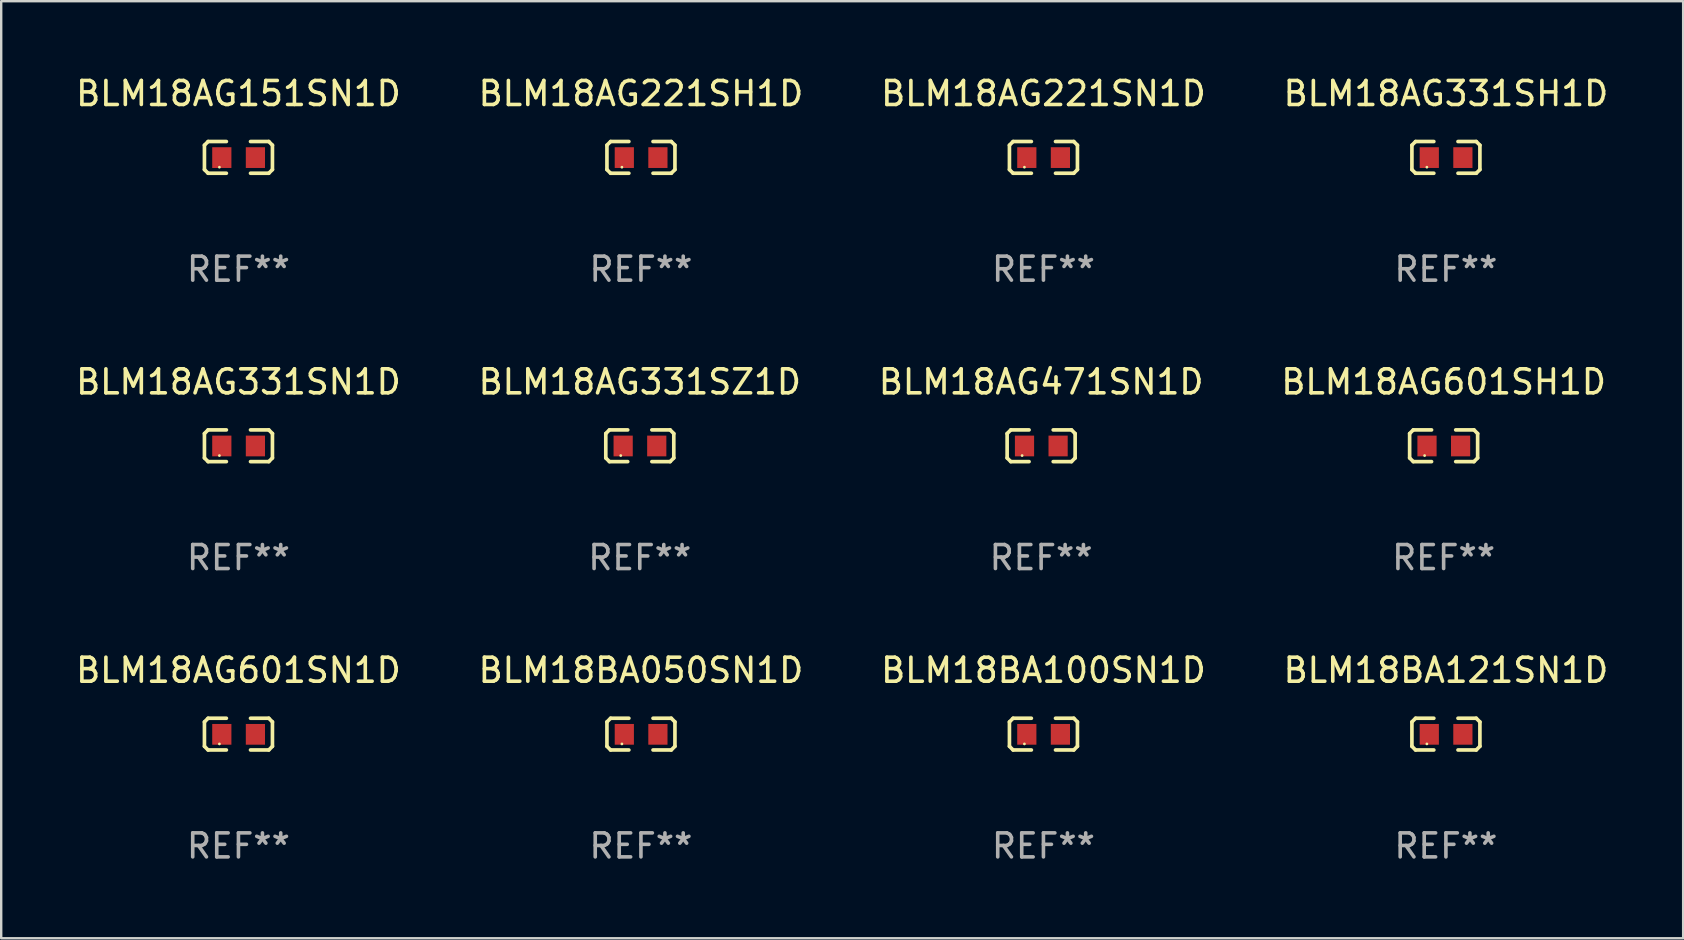
<source format=kicad_pcb>
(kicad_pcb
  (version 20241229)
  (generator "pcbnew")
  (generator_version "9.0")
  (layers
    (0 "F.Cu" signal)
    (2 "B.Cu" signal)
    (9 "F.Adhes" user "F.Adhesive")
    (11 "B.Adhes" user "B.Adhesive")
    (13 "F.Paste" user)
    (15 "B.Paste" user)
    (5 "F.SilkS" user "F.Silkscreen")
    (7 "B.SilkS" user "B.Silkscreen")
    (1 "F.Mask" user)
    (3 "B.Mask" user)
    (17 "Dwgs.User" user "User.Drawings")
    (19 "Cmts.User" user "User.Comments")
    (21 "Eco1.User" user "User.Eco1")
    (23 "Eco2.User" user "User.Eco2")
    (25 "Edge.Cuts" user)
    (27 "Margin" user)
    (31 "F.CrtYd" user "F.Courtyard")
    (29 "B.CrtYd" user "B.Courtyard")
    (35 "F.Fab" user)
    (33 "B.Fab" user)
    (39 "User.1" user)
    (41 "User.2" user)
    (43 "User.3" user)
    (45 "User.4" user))
  (footprint "BLM18AG151SN1D"
    (layer "F.Cu")
    (at 6.887 3.509)
    (property "Reference" "BLM18AG151SN1D" (at 0 -2.661 0) (layer "F.SilkS") (effects (font (size 1 1) (thickness 0.15))))
    (attr through_hole)
    (fp_line (start -1.417 -0.508) (end -1.265 -0.661) (stroke (width 0.152) (type solid)) (layer "F.SilkS"))
    (fp_line (start -1.417 0.508) (end -1.417 -0.508) (stroke (width 0.152) (type solid)) (layer "F.SilkS"))
    (fp_line (start -1.265 -0.661) (end -0.503 -0.661) (stroke (width 0.152) (type solid)) (layer "F.SilkS"))
    (fp_line (start -1.265 0.661) (end -1.417 0.508) (stroke (width 0.152) (type solid)) (layer "F.SilkS"))
    (fp_line (start -1.265 0.661) (end -0.503 0.661) (stroke (width 0.152) (type solid)) (layer "F.SilkS"))
    (fp_line (start 1.265 -0.661) (end 0.503 -0.661) (stroke (width 0.152) (type solid)) (layer "F.SilkS"))
    (fp_line (start 1.265 -0.661) (end 1.417 -0.508) (stroke (width 0.152) (type solid)) (layer "F.SilkS"))
    (fp_line (start 1.265 0.661) (end 0.503 0.661) (stroke (width 0.152) (type solid)) (layer "F.SilkS"))
    (fp_line (start 1.417 -0.508) (end 1.417 0.508) (stroke (width 0.152) (type solid)) (layer "F.SilkS"))
    (fp_line (start 1.417 0.508) (end 1.265 0.661) (stroke (width 0.152) (type solid)) (layer "F.SilkS"))
    (fp_circle (center -0.793 0.409) (end -0.763 0.409) (stroke (width 0.06) (type solid)) (fill no) (layer "F.SilkS"))
    (fp_text user "REF**" (at 0 4.661 0) (layer "F.Fab") (effects (font (size 1 1) (thickness 0.15))))
    (pad "1" smd rect (at -0.693 0.009 180) (size 0.8 0.864) (layers "F.Cu" "F.Mask" "F.Paste"))
    (pad "2" smd rect (at 0.707 0.009 180) (size 0.8 0.864) (layers "F.Cu" "F.Mask" "F.Paste")))
  (footprint "BLM18AG471SN1D"
    (layer "F.Cu")
    (at 40.339 15.527)
    (property "Reference" "BLM18AG471SN1D" (at 0 -2.661 0) (layer "F.SilkS") (effects (font (size 1 1) (thickness 0.15))))
    (attr through_hole)
    (fp_line (start -1.417 -0.508) (end -1.265 -0.661) (stroke (width 0.152) (type solid)) (layer "F.SilkS"))
    (fp_line (start -1.417 0.508) (end -1.417 -0.508) (stroke (width 0.152) (type solid)) (layer "F.SilkS"))
    (fp_line (start -1.265 -0.661) (end -0.503 -0.661) (stroke (width 0.152) (type solid)) (layer "F.SilkS"))
    (fp_line (start -1.265 0.661) (end -1.417 0.508) (stroke (width 0.152) (type solid)) (layer "F.SilkS"))
    (fp_line (start -1.265 0.661) (end -0.503 0.661) (stroke (width 0.152) (type solid)) (layer "F.SilkS"))
    (fp_line (start 1.265 -0.661) (end 0.503 -0.661) (stroke (width 0.152) (type solid)) (layer "F.SilkS"))
    (fp_line (start 1.265 -0.661) (end 1.417 -0.508) (stroke (width 0.152) (type solid)) (layer "F.SilkS"))
    (fp_line (start 1.265 0.661) (end 0.503 0.661) (stroke (width 0.152) (type solid)) (layer "F.SilkS"))
    (fp_line (start 1.417 -0.508) (end 1.417 0.508) (stroke (width 0.152) (type solid)) (layer "F.SilkS"))
    (fp_line (start 1.417 0.508) (end 1.265 0.661) (stroke (width 0.152) (type solid)) (layer "F.SilkS"))
    (fp_circle (center -0.793 0.409) (end -0.763 0.409) (stroke (width 0.06) (type solid)) (fill no) (layer "F.SilkS"))
    (fp_text user "REF**" (at 0 4.661 0) (layer "F.Fab") (effects (font (size 1 1) (thickness 0.15))))
    (pad "1" smd rect (at -0.693 0.009 180) (size 0.8 0.864) (layers "F.Cu" "F.Mask" "F.Paste"))
    (pad "2" smd rect (at 0.707 0.009 180) (size 0.8 0.864) (layers "F.Cu" "F.Mask" "F.Paste")))
  (footprint "BLM18AG331SH1D"
    (layer "F.Cu")
    (at 57.208 3.509)
    (property "Reference" "BLM18AG331SH1D" (at 0 -2.661 0) (layer "F.SilkS") (effects (font (size 1 1) (thickness 0.15))))
    (attr through_hole)
    (fp_line (start -1.417 -0.508) (end -1.265 -0.661) (stroke (width 0.152) (type solid)) (layer "F.SilkS"))
    (fp_line (start -1.417 0.508) (end -1.417 -0.508) (stroke (width 0.152) (type solid)) (layer "F.SilkS"))
    (fp_line (start -1.265 -0.661) (end -0.503 -0.661) (stroke (width 0.152) (type solid)) (layer "F.SilkS"))
    (fp_line (start -1.265 0.661) (end -1.417 0.508) (stroke (width 0.152) (type solid)) (layer "F.SilkS"))
    (fp_line (start -1.265 0.661) (end -0.503 0.661) (stroke (width 0.152) (type solid)) (layer "F.SilkS"))
    (fp_line (start 1.265 -0.661) (end 0.503 -0.661) (stroke (width 0.152) (type solid)) (layer "F.SilkS"))
    (fp_line (start 1.265 -0.661) (end 1.417 -0.508) (stroke (width 0.152) (type solid)) (layer "F.SilkS"))
    (fp_line (start 1.265 0.661) (end 0.503 0.661) (stroke (width 0.152) (type solid)) (layer "F.SilkS"))
    (fp_line (start 1.417 -0.508) (end 1.417 0.508) (stroke (width 0.152) (type solid)) (layer "F.SilkS"))
    (fp_line (start 1.417 0.508) (end 1.265 0.661) (stroke (width 0.152) (type solid)) (layer "F.SilkS"))
    (fp_circle (center -0.793 0.409) (end -0.763 0.409) (stroke (width 0.06) (type solid)) (fill no) (layer "F.SilkS"))
    (fp_text user "REF**" (at 0 4.661 0) (layer "F.Fab") (effects (font (size 1 1) (thickness 0.15))))
    (pad "1" smd rect (at -0.693 0.009 180) (size 0.8 0.864) (layers "F.Cu" "F.Mask" "F.Paste"))
    (pad "2" smd rect (at 0.707 0.009 180) (size 0.8 0.864) (layers "F.Cu" "F.Mask" "F.Paste")))
  (footprint "BLM18AG331SN1D"
    (layer "F.Cu")
    (at 6.887 15.527)
    (property "Reference" "BLM18AG331SN1D" (at 0 -2.661 0) (layer "F.SilkS") (effects (font (size 1 1) (thickness 0.15))))
    (attr through_hole)
    (fp_line (start -1.417 -0.508) (end -1.265 -0.661) (stroke (width 0.152) (type solid)) (layer "F.SilkS"))
    (fp_line (start -1.417 0.508) (end -1.417 -0.508) (stroke (width 0.152) (type solid)) (layer "F.SilkS"))
    (fp_line (start -1.265 -0.661) (end -0.503 -0.661) (stroke (width 0.152) (type solid)) (layer "F.SilkS"))
    (fp_line (start -1.265 0.661) (end -1.417 0.508) (stroke (width 0.152) (type solid)) (layer "F.SilkS"))
    (fp_line (start -1.265 0.661) (end -0.503 0.661) (stroke (width 0.152) (type solid)) (layer "F.SilkS"))
    (fp_line (start 1.265 -0.661) (end 0.503 -0.661) (stroke (width 0.152) (type solid)) (layer "F.SilkS"))
    (fp_line (start 1.265 -0.661) (end 1.417 -0.508) (stroke (width 0.152) (type solid)) (layer "F.SilkS"))
    (fp_line (start 1.265 0.661) (end 0.503 0.661) (stroke (width 0.152) (type solid)) (layer "F.SilkS"))
    (fp_line (start 1.417 -0.508) (end 1.417 0.508) (stroke (width 0.152) (type solid)) (layer "F.SilkS"))
    (fp_line (start 1.417 0.508) (end 1.265 0.661) (stroke (width 0.152) (type solid)) (layer "F.SilkS"))
    (fp_circle (center -0.793 0.409) (end -0.763 0.409) (stroke (width 0.06) (type solid)) (fill no) (layer "F.SilkS"))
    (fp_text user "REF**" (at 0 4.661 0) (layer "F.Fab") (effects (font (size 1 1) (thickness 0.15))))
    (pad "1" smd rect (at -0.693 0.009 180) (size 0.8 0.864) (layers "F.Cu" "F.Mask" "F.Paste"))
    (pad "2" smd rect (at 0.707 0.009 180) (size 0.8 0.864) (layers "F.Cu" "F.Mask" "F.Paste")))
  (footprint "BLM18AG331SZ1D"
    (layer "F.Cu")
    (at 23.613 15.527)
    (property "Reference" "BLM18AG331SZ1D" (at 0 -2.661 0) (layer "F.SilkS") (effects (font (size 1 1) (thickness 0.15))))
    (attr through_hole)
    (fp_line (start -1.417 -0.508) (end -1.265 -0.661) (stroke (width 0.152) (type solid)) (layer "F.SilkS"))
    (fp_line (start -1.417 0.508) (end -1.417 -0.508) (stroke (width 0.152) (type solid)) (layer "F.SilkS"))
    (fp_line (start -1.265 -0.661) (end -0.503 -0.661) (stroke (width 0.152) (type solid)) (layer "F.SilkS"))
    (fp_line (start -1.265 0.661) (end -1.417 0.508) (stroke (width 0.152) (type solid)) (layer "F.SilkS"))
    (fp_line (start -1.265 0.661) (end -0.503 0.661) (stroke (width 0.152) (type solid)) (layer "F.SilkS"))
    (fp_line (start 1.265 -0.661) (end 0.503 -0.661) (stroke (width 0.152) (type solid)) (layer "F.SilkS"))
    (fp_line (start 1.265 -0.661) (end 1.417 -0.508) (stroke (width 0.152) (type solid)) (layer "F.SilkS"))
    (fp_line (start 1.265 0.661) (end 0.503 0.661) (stroke (width 0.152) (type solid)) (layer "F.SilkS"))
    (fp_line (start 1.417 -0.508) (end 1.417 0.508) (stroke (width 0.152) (type solid)) (layer "F.SilkS"))
    (fp_line (start 1.417 0.508) (end 1.265 0.661) (stroke (width 0.152) (type solid)) (layer "F.SilkS"))
    (fp_circle (center -0.793 0.409) (end -0.763 0.409) (stroke (width 0.06) (type solid)) (fill no) (layer "F.SilkS"))
    (fp_text user "REF**" (at 0 4.661 0) (layer "F.Fab") (effects (font (size 1 1) (thickness 0.15))))
    (pad "1" smd rect (at -0.693 0.009 180) (size 0.8 0.864) (layers "F.Cu" "F.Mask" "F.Paste"))
    (pad "2" smd rect (at 0.707 0.009 180) (size 0.8 0.864) (layers "F.Cu" "F.Mask" "F.Paste")))
  (footprint "BLM18BA050SN1D"
    (layer "F.Cu")
    (at 23.661 27.544)
    (property "Reference" "BLM18BA050SN1D" (at 0 -2.661 0) (layer "F.SilkS") (effects (font (size 1 1) (thickness 0.15))))
    (attr through_hole)
    (fp_line (start -1.417 -0.508) (end -1.265 -0.661) (stroke (width 0.152) (type solid)) (layer "F.SilkS"))
    (fp_line (start -1.417 0.508) (end -1.417 -0.508) (stroke (width 0.152) (type solid)) (layer "F.SilkS"))
    (fp_line (start -1.265 -0.661) (end -0.503 -0.661) (stroke (width 0.152) (type solid)) (layer "F.SilkS"))
    (fp_line (start -1.265 0.661) (end -1.417 0.508) (stroke (width 0.152) (type solid)) (layer "F.SilkS"))
    (fp_line (start -1.265 0.661) (end -0.503 0.661) (stroke (width 0.152) (type solid)) (layer "F.SilkS"))
    (fp_line (start 1.265 -0.661) (end 0.503 -0.661) (stroke (width 0.152) (type solid)) (layer "F.SilkS"))
    (fp_line (start 1.265 -0.661) (end 1.417 -0.508) (stroke (width 0.152) (type solid)) (layer "F.SilkS"))
    (fp_line (start 1.265 0.661) (end 0.503 0.661) (stroke (width 0.152) (type solid)) (layer "F.SilkS"))
    (fp_line (start 1.417 -0.508) (end 1.417 0.508) (stroke (width 0.152) (type solid)) (layer "F.SilkS"))
    (fp_line (start 1.417 0.508) (end 1.265 0.661) (stroke (width 0.152) (type solid)) (layer "F.SilkS"))
    (fp_circle (center -0.793 0.409) (end -0.763 0.409) (stroke (width 0.06) (type solid)) (fill no) (layer "F.SilkS"))
    (fp_text user "REF**" (at 0 4.661 0) (layer "F.Fab") (effects (font (size 1 1) (thickness 0.15))))
    (pad "1" smd rect (at -0.693 0.009 180) (size 0.8 0.864) (layers "F.Cu" "F.Mask" "F.Paste"))
    (pad "2" smd rect (at 0.707 0.009 180) (size 0.8 0.864) (layers "F.Cu" "F.Mask" "F.Paste")))
  (footprint "BLM18BA100SN1D"
    (layer "F.Cu")
    (at 40.435 27.544)
    (property "Reference" "BLM18BA100SN1D" (at 0 -2.661 0) (layer "F.SilkS") (effects (font (size 1 1) (thickness 0.15))))
    (attr through_hole)
    (fp_line (start -1.417 -0.508) (end -1.265 -0.661) (stroke (width 0.152) (type solid)) (layer "F.SilkS"))
    (fp_line (start -1.417 0.508) (end -1.417 -0.508) (stroke (width 0.152) (type solid)) (layer "F.SilkS"))
    (fp_line (start -1.265 -0.661) (end -0.503 -0.661) (stroke (width 0.152) (type solid)) (layer "F.SilkS"))
    (fp_line (start -1.265 0.661) (end -1.417 0.508) (stroke (width 0.152) (type solid)) (layer "F.SilkS"))
    (fp_line (start -1.265 0.661) (end -0.503 0.661) (stroke (width 0.152) (type solid)) (layer "F.SilkS"))
    (fp_line (start 1.265 -0.661) (end 0.503 -0.661) (stroke (width 0.152) (type solid)) (layer "F.SilkS"))
    (fp_line (start 1.265 -0.661) (end 1.417 -0.508) (stroke (width 0.152) (type solid)) (layer "F.SilkS"))
    (fp_line (start 1.265 0.661) (end 0.503 0.661) (stroke (width 0.152) (type solid)) (layer "F.SilkS"))
    (fp_line (start 1.417 -0.508) (end 1.417 0.508) (stroke (width 0.152) (type solid)) (layer "F.SilkS"))
    (fp_line (start 1.417 0.508) (end 1.265 0.661) (stroke (width 0.152) (type solid)) (layer "F.SilkS"))
    (fp_circle (center -0.793 0.409) (end -0.763 0.409) (stroke (width 0.06) (type solid)) (fill no) (layer "F.SilkS"))
    (fp_text user "REF**" (at 0 4.661 0) (layer "F.Fab") (effects (font (size 1 1) (thickness 0.15))))
    (pad "1" smd rect (at -0.693 0.009 180) (size 0.8 0.864) (layers "F.Cu" "F.Mask" "F.Paste"))
    (pad "2" smd rect (at 0.707 0.009 180) (size 0.8 0.864) (layers "F.Cu" "F.Mask" "F.Paste")))
  (footprint "BLM18AG221SH1D"
    (layer "F.Cu")
    (at 23.661 3.509)
    (property "Reference" "BLM18AG221SH1D" (at 0 -2.661 0) (layer "F.SilkS") (effects (font (size 1 1) (thickness 0.15))))
    (attr through_hole)
    (fp_line (start -1.417 -0.508) (end -1.265 -0.661) (stroke (width 0.152) (type solid)) (layer "F.SilkS"))
    (fp_line (start -1.417 0.508) (end -1.417 -0.508) (stroke (width 0.152) (type solid)) (layer "F.SilkS"))
    (fp_line (start -1.265 -0.661) (end -0.503 -0.661) (stroke (width 0.152) (type solid)) (layer "F.SilkS"))
    (fp_line (start -1.265 0.661) (end -1.417 0.508) (stroke (width 0.152) (type solid)) (layer "F.SilkS"))
    (fp_line (start -1.265 0.661) (end -0.503 0.661) (stroke (width 0.152) (type solid)) (layer "F.SilkS"))
    (fp_line (start 1.265 -0.661) (end 0.503 -0.661) (stroke (width 0.152) (type solid)) (layer "F.SilkS"))
    (fp_line (start 1.265 -0.661) (end 1.417 -0.508) (stroke (width 0.152) (type solid)) (layer "F.SilkS"))
    (fp_line (start 1.265 0.661) (end 0.503 0.661) (stroke (width 0.152) (type solid)) (layer "F.SilkS"))
    (fp_line (start 1.417 -0.508) (end 1.417 0.508) (stroke (width 0.152) (type solid)) (layer "F.SilkS"))
    (fp_line (start 1.417 0.508) (end 1.265 0.661) (stroke (width 0.152) (type solid)) (layer "F.SilkS"))
    (fp_circle (center -0.793 0.409) (end -0.763 0.409) (stroke (width 0.06) (type solid)) (fill no) (layer "F.SilkS"))
    (fp_text user "REF**" (at 0 4.661 0) (layer "F.Fab") (effects (font (size 1 1) (thickness 0.15))))
    (pad "1" smd rect (at -0.693 0.009 180) (size 0.8 0.864) (layers "F.Cu" "F.Mask" "F.Paste"))
    (pad "2" smd rect (at 0.707 0.009 180) (size 0.8 0.864) (layers "F.Cu" "F.Mask" "F.Paste")))
  (footprint "BLM18AG601SH1D"
    (layer "F.Cu")
    (at 57.113 15.527)
    (property "Reference" "BLM18AG601SH1D" (at 0 -2.661 0) (layer "F.SilkS") (effects (font (size 1 1) (thickness 0.15))))
    (attr through_hole)
    (fp_line (start -1.417 -0.508) (end -1.265 -0.661) (stroke (width 0.152) (type solid)) (layer "F.SilkS"))
    (fp_line (start -1.417 0.508) (end -1.417 -0.508) (stroke (width 0.152) (type solid)) (layer "F.SilkS"))
    (fp_line (start -1.265 -0.661) (end -0.503 -0.661) (stroke (width 0.152) (type solid)) (layer "F.SilkS"))
    (fp_line (start -1.265 0.661) (end -1.417 0.508) (stroke (width 0.152) (type solid)) (layer "F.SilkS"))
    (fp_line (start -1.265 0.661) (end -0.503 0.661) (stroke (width 0.152) (type solid)) (layer "F.SilkS"))
    (fp_line (start 1.265 -0.661) (end 0.503 -0.661) (stroke (width 0.152) (type solid)) (layer "F.SilkS"))
    (fp_line (start 1.265 -0.661) (end 1.417 -0.508) (stroke (width 0.152) (type solid)) (layer "F.SilkS"))
    (fp_line (start 1.265 0.661) (end 0.503 0.661) (stroke (width 0.152) (type solid)) (layer "F.SilkS"))
    (fp_line (start 1.417 -0.508) (end 1.417 0.508) (stroke (width 0.152) (type solid)) (layer "F.SilkS"))
    (fp_line (start 1.417 0.508) (end 1.265 0.661) (stroke (width 0.152) (type solid)) (layer "F.SilkS"))
    (fp_circle (center -0.793 0.409) (end -0.763 0.409) (stroke (width 0.06) (type solid)) (fill no) (layer "F.SilkS"))
    (fp_text user "REF**" (at 0 4.661 0) (layer "F.Fab") (effects (font (size 1 1) (thickness 0.15))))
    (pad "1" smd rect (at -0.693 0.009 180) (size 0.8 0.864) (layers "F.Cu" "F.Mask" "F.Paste"))
    (pad "2" smd rect (at 0.707 0.009 180) (size 0.8 0.864) (layers "F.Cu" "F.Mask" "F.Paste")))
  (footprint "BLM18AG221SN1D"
    (layer "F.Cu")
    (at 40.435 3.509)
    (property "Reference" "BLM18AG221SN1D" (at 0 -2.661 0) (layer "F.SilkS") (effects (font (size 1 1) (thickness 0.15))))
    (attr through_hole)
    (fp_line (start -1.417 -0.508) (end -1.265 -0.661) (stroke (width 0.152) (type solid)) (layer "F.SilkS"))
    (fp_line (start -1.417 0.508) (end -1.417 -0.508) (stroke (width 0.152) (type solid)) (layer "F.SilkS"))
    (fp_line (start -1.265 -0.661) (end -0.503 -0.661) (stroke (width 0.152) (type solid)) (layer "F.SilkS"))
    (fp_line (start -1.265 0.661) (end -1.417 0.508) (stroke (width 0.152) (type solid)) (layer "F.SilkS"))
    (fp_line (start -1.265 0.661) (end -0.503 0.661) (stroke (width 0.152) (type solid)) (layer "F.SilkS"))
    (fp_line (start 1.265 -0.661) (end 0.503 -0.661) (stroke (width 0.152) (type solid)) (layer "F.SilkS"))
    (fp_line (start 1.265 -0.661) (end 1.417 -0.508) (stroke (width 0.152) (type solid)) (layer "F.SilkS"))
    (fp_line (start 1.265 0.661) (end 0.503 0.661) (stroke (width 0.152) (type solid)) (layer "F.SilkS"))
    (fp_line (start 1.417 -0.508) (end 1.417 0.508) (stroke (width 0.152) (type solid)) (layer "F.SilkS"))
    (fp_line (start 1.417 0.508) (end 1.265 0.661) (stroke (width 0.152) (type solid)) (layer "F.SilkS"))
    (fp_circle (center -0.793 0.409) (end -0.763 0.409) (stroke (width 0.06) (type solid)) (fill no) (layer "F.SilkS"))
    (fp_text user "REF**" (at 0 4.661 0) (layer "F.Fab") (effects (font (size 1 1) (thickness 0.15))))
    (pad "1" smd rect (at -0.693 0.009 180) (size 0.8 0.864) (layers "F.Cu" "F.Mask" "F.Paste"))
    (pad "2" smd rect (at 0.707 0.009 180) (size 0.8 0.864) (layers "F.Cu" "F.Mask" "F.Paste")))
  (footprint "BLM18AG601SN1D"
    (layer "F.Cu")
    (at 6.887 27.544)
    (property "Reference" "BLM18AG601SN1D" (at 0 -2.661 0) (layer "F.SilkS") (effects (font (size 1 1) (thickness 0.15))))
    (attr through_hole)
    (fp_line (start -1.417 -0.508) (end -1.265 -0.661) (stroke (width 0.152) (type solid)) (layer "F.SilkS"))
    (fp_line (start -1.417 0.508) (end -1.417 -0.508) (stroke (width 0.152) (type solid)) (layer "F.SilkS"))
    (fp_line (start -1.265 -0.661) (end -0.503 -0.661) (stroke (width 0.152) (type solid)) (layer "F.SilkS"))
    (fp_line (start -1.265 0.661) (end -1.417 0.508) (stroke (width 0.152) (type solid)) (layer "F.SilkS"))
    (fp_line (start -1.265 0.661) (end -0.503 0.661) (stroke (width 0.152) (type solid)) (layer "F.SilkS"))
    (fp_line (start 1.265 -0.661) (end 0.503 -0.661) (stroke (width 0.152) (type solid)) (layer "F.SilkS"))
    (fp_line (start 1.265 -0.661) (end 1.417 -0.508) (stroke (width 0.152) (type solid)) (layer "F.SilkS"))
    (fp_line (start 1.265 0.661) (end 0.503 0.661) (stroke (width 0.152) (type solid)) (layer "F.SilkS"))
    (fp_line (start 1.417 -0.508) (end 1.417 0.508) (stroke (width 0.152) (type solid)) (layer "F.SilkS"))
    (fp_line (start 1.417 0.508) (end 1.265 0.661) (stroke (width 0.152) (type solid)) (layer "F.SilkS"))
    (fp_circle (center -0.793 0.409) (end -0.763 0.409) (stroke (width 0.06) (type solid)) (fill no) (layer "F.SilkS"))
    (fp_text user "REF**" (at 0 4.661 0) (layer "F.Fab") (effects (font (size 1 1) (thickness 0.15))))
    (pad "1" smd rect (at -0.693 0.009 180) (size 0.8 0.864) (layers "F.Cu" "F.Mask" "F.Paste"))
    (pad "2" smd rect (at 0.707 0.009 180) (size 0.8 0.864) (layers "F.Cu" "F.Mask" "F.Paste")))
  (footprint "BLM18BA121SN1D"
    (layer "F.Cu")
    (at 57.208 27.544)
    (property "Reference" "BLM18BA121SN1D" (at 0 -2.661 0) (layer "F.SilkS") (effects (font (size 1 1) (thickness 0.15))))
    (attr through_hole)
    (fp_line (start -1.417 -0.508) (end -1.265 -0.661) (stroke (width 0.152) (type solid)) (layer "F.SilkS"))
    (fp_line (start -1.417 0.508) (end -1.417 -0.508) (stroke (width 0.152) (type solid)) (layer "F.SilkS"))
    (fp_line (start -1.265 -0.661) (end -0.503 -0.661) (stroke (width 0.152) (type solid)) (layer "F.SilkS"))
    (fp_line (start -1.265 0.661) (end -1.417 0.508) (stroke (width 0.152) (type solid)) (layer "F.SilkS"))
    (fp_line (start -1.265 0.661) (end -0.503 0.661) (stroke (width 0.152) (type solid)) (layer "F.SilkS"))
    (fp_line (start 1.265 -0.661) (end 0.503 -0.661) (stroke (width 0.152) (type solid)) (layer "F.SilkS"))
    (fp_line (start 1.265 -0.661) (end 1.417 -0.508) (stroke (width 0.152) (type solid)) (layer "F.SilkS"))
    (fp_line (start 1.265 0.661) (end 0.503 0.661) (stroke (width 0.152) (type solid)) (layer "F.SilkS"))
    (fp_line (start 1.417 -0.508) (end 1.417 0.508) (stroke (width 0.152) (type solid)) (layer "F.SilkS"))
    (fp_line (start 1.417 0.508) (end 1.265 0.661) (stroke (width 0.152) (type solid)) (layer "F.SilkS"))
    (fp_circle (center -0.793 0.409) (end -0.763 0.409) (stroke (width 0.06) (type solid)) (fill no) (layer "F.SilkS"))
    (fp_text user "REF**" (at 0 4.661 0) (layer "F.Fab") (effects (font (size 1 1) (thickness 0.15))))
    (pad "1" smd rect (at -0.693 0.009 180) (size 0.8 0.864) (layers "F.Cu" "F.Mask" "F.Paste"))
    (pad "2" smd rect (at 0.707 0.009 180) (size 0.8 0.864) (layers "F.Cu" "F.Mask" "F.Paste")))
  (gr_rect
    (start -3 -3)
    (end 67.095 36.053)
    (stroke (width 0.1) (type default))
    (fill no)
    (layer "Edge.Cuts")))
</source>
